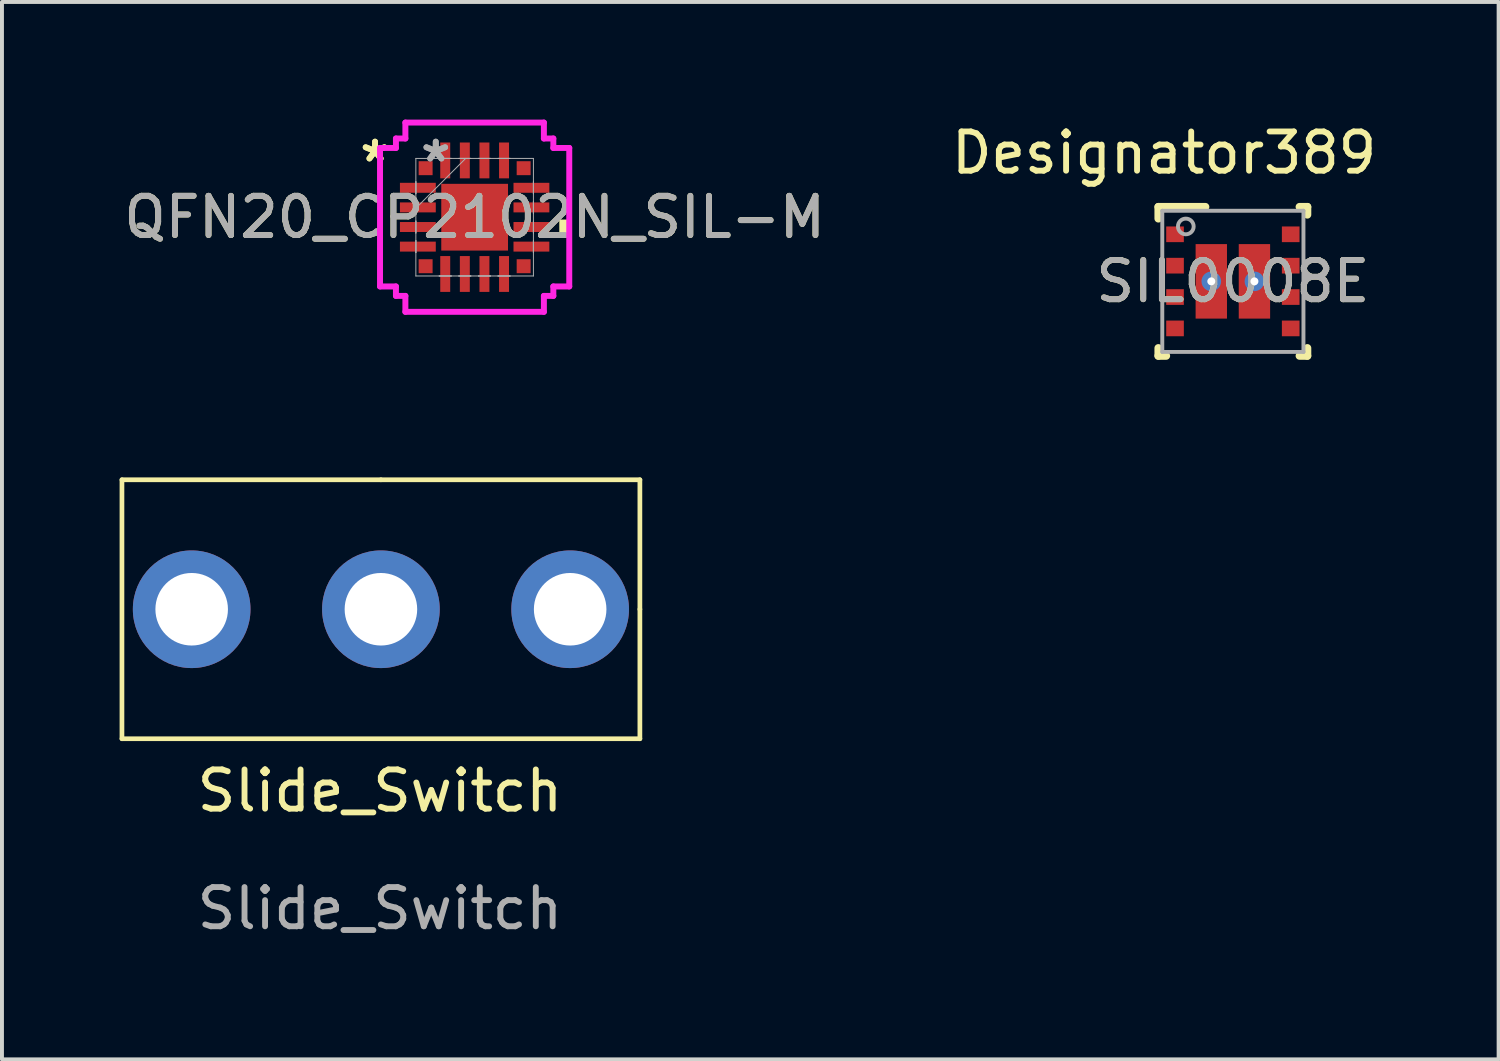
<source format=kicad_pcb>
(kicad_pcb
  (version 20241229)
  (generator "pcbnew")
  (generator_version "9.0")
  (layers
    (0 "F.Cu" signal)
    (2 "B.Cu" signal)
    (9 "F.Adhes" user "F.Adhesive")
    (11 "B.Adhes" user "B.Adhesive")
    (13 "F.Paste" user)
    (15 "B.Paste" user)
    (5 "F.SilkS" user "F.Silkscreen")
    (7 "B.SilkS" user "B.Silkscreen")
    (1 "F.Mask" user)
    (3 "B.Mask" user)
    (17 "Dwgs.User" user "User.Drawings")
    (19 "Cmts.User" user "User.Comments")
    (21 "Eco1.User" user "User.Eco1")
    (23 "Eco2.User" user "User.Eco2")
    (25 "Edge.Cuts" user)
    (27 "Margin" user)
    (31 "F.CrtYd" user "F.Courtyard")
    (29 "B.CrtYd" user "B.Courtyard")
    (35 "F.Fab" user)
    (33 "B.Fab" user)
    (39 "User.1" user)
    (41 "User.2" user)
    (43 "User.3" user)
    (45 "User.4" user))
  (footprint "QFN20_CP2102N_SIL-M"
    (layer "F.Cu")
    (at 9.054 2.489)
    (property "Reference" "QFN20_CP2102N_SIL-M" (at 0 0 0) (unlocked yes) (layer "F.SilkS") (effects (font (size 1 1) (thickness 0.15))))
    (attr smd)
    (fp_poly (pts (xy 2.413 0.06) (xy 2.413 0.441) (xy 2.159 0.441) (xy 2.159 0.06)) (stroke (width 0) (type solid)) (fill yes) (layer "F.SilkS"))
    (fp_line (start -2.413 -1.766) (end -2.007 -1.766) (stroke (width 0.152) (type solid)) (layer "F.CrtYd"))
    (fp_line (start -2.413 1.766) (end -2.413 -1.766) (stroke (width 0.152) (type solid)) (layer "F.CrtYd"))
    (fp_line (start -2.413 1.766) (end -2.007 1.766) (stroke (width 0.152) (type solid)) (layer "F.CrtYd"))
    (fp_line (start -2.007 -2.007) (end -1.766 -2.007) (stroke (width 0.152) (type solid)) (layer "F.CrtYd"))
    (fp_line (start -2.007 -1.766) (end -2.007 -2.007) (stroke (width 0.152) (type solid)) (layer "F.CrtYd"))
    (fp_line (start -2.007 2.007) (end -2.007 1.766) (stroke (width 0.152) (type solid)) (layer "F.CrtYd"))
    (fp_line (start -1.766 -2.413) (end 1.766 -2.413) (stroke (width 0.152) (type solid)) (layer "F.CrtYd"))
    (fp_line (start -1.766 -2.007) (end -1.766 -2.413) (stroke (width 0.152) (type solid)) (layer "F.CrtYd"))
    (fp_line (start -1.766 2.007) (end -2.007 2.007) (stroke (width 0.152) (type solid)) (layer "F.CrtYd"))
    (fp_line (start -1.766 2.413) (end -1.766 2.007) (stroke (width 0.152) (type solid)) (layer "F.CrtYd"))
    (fp_line (start 1.766 -2.413) (end 1.766 -2.007) (stroke (width 0.152) (type solid)) (layer "F.CrtYd"))
    (fp_line (start 1.766 -2.007) (end 2.007 -2.007) (stroke (width 0.152) (type solid)) (layer "F.CrtYd"))
    (fp_line (start 1.766 2.007) (end 1.766 2.413) (stroke (width 0.152) (type solid)) (layer "F.CrtYd"))
    (fp_line (start 1.766 2.413) (end -1.766 2.413) (stroke (width 0.152) (type solid)) (layer "F.CrtYd"))
    (fp_line (start 2.007 -2.007) (end 2.007 -1.766) (stroke (width 0.152) (type solid)) (layer "F.CrtYd"))
    (fp_line (start 2.007 -1.766) (end 2.413 -1.766) (stroke (width 0.152) (type solid)) (layer "F.CrtYd"))
    (fp_line (start 2.007 1.766) (end 2.007 2.007) (stroke (width 0.152) (type solid)) (layer "F.CrtYd"))
    (fp_line (start 2.007 2.007) (end 1.766 2.007) (stroke (width 0.152) (type solid)) (layer "F.CrtYd"))
    (fp_line (start 2.413 -1.766) (end 2.413 1.766) (stroke (width 0.152) (type solid)) (layer "F.CrtYd"))
    (fp_line (start 2.413 1.766) (end 2.007 1.766) (stroke (width 0.152) (type solid)) (layer "F.CrtYd"))
    (fp_line (start -1.499 -1.499) (end -1.499 1.499) (stroke (width 0.025) (type solid)) (layer "F.Fab"))
    (fp_line (start -1.499 -0.903) (end -1.499 -0.903) (stroke (width 0.025) (type solid)) (layer "F.Fab"))
    (fp_line (start -1.499 -0.903) (end -1.499 -0.598) (stroke (width 0.025) (type solid)) (layer "F.Fab"))
    (fp_line (start -1.499 -0.598) (end -1.499 -0.903) (stroke (width 0.025) (type solid)) (layer "F.Fab"))
    (fp_line (start -1.499 -0.598) (end -1.499 -0.598) (stroke (width 0.025) (type solid)) (layer "F.Fab"))
    (fp_line (start -1.499 -0.402) (end -1.499 -0.402) (stroke (width 0.025) (type solid)) (layer "F.Fab"))
    (fp_line (start -1.499 -0.402) (end -1.499 -0.098) (stroke (width 0.025) (type solid)) (layer "F.Fab"))
    (fp_line (start -1.499 -0.229) (end -0.229 -1.499) (stroke (width 0.025) (type solid)) (layer "F.Fab"))
    (fp_line (start -1.499 -0.098) (end -1.499 -0.402) (stroke (width 0.025) (type solid)) (layer "F.Fab"))
    (fp_line (start -1.499 -0.098) (end -1.499 -0.098) (stroke (width 0.025) (type solid)) (layer "F.Fab"))
    (fp_line (start -1.499 0.098) (end -1.499 0.098) (stroke (width 0.025) (type solid)) (layer "F.Fab"))
    (fp_line (start -1.499 0.098) (end -1.499 0.402) (stroke (width 0.025) (type solid)) (layer "F.Fab"))
    (fp_line (start -1.499 0.402) (end -1.499 0.098) (stroke (width 0.025) (type solid)) (layer "F.Fab"))
    (fp_line (start -1.499 0.402) (end -1.499 0.402) (stroke (width 0.025) (type solid)) (layer "F.Fab"))
    (fp_line (start -1.499 0.598) (end -1.499 0.598) (stroke (width 0.025) (type solid)) (layer "F.Fab"))
    (fp_line (start -1.499 0.598) (end -1.499 0.903) (stroke (width 0.025) (type solid)) (layer "F.Fab"))
    (fp_line (start -1.499 0.903) (end -1.499 0.598) (stroke (width 0.025) (type solid)) (layer "F.Fab"))
    (fp_line (start -1.499 0.903) (end -1.499 0.903) (stroke (width 0.025) (type solid)) (layer "F.Fab"))
    (fp_line (start -1.499 1.499) (end 1.499 1.499) (stroke (width 0.025) (type solid)) (layer "F.Fab"))
    (fp_line (start -0.903 -1.499) (end -0.903 -1.499) (stroke (width 0.025) (type solid)) (layer "F.Fab"))
    (fp_line (start -0.903 -1.499) (end -0.598 -1.499) (stroke (width 0.025) (type solid)) (layer "F.Fab"))
    (fp_line (start -0.903 1.499) (end -0.903 1.499) (stroke (width 0.025) (type solid)) (layer "F.Fab"))
    (fp_line (start -0.903 1.499) (end -0.598 1.499) (stroke (width 0.025) (type solid)) (layer "F.Fab"))
    (fp_line (start -0.598 -1.499) (end -0.903 -1.499) (stroke (width 0.025) (type solid)) (layer "F.Fab"))
    (fp_line (start -0.598 -1.499) (end -0.598 -1.499) (stroke (width 0.025) (type solid)) (layer "F.Fab"))
    (fp_line (start -0.598 1.499) (end -0.903 1.499) (stroke (width 0.025) (type solid)) (layer "F.Fab"))
    (fp_line (start -0.598 1.499) (end -0.598 1.499) (stroke (width 0.025) (type solid)) (layer "F.Fab"))
    (fp_line (start -0.402 -1.499) (end -0.402 -1.499) (stroke (width 0.025) (type solid)) (layer "F.Fab"))
    (fp_line (start -0.402 -1.499) (end -0.098 -1.499) (stroke (width 0.025) (type solid)) (layer "F.Fab"))
    (fp_line (start -0.402 1.499) (end -0.402 1.499) (stroke (width 0.025) (type solid)) (layer "F.Fab"))
    (fp_line (start -0.402 1.499) (end -0.098 1.499) (stroke (width 0.025) (type solid)) (layer "F.Fab"))
    (fp_line (start -0.098 -1.499) (end -0.402 -1.499) (stroke (width 0.025) (type solid)) (layer "F.Fab"))
    (fp_line (start -0.098 -1.499) (end -0.098 -1.499) (stroke (width 0.025) (type solid)) (layer "F.Fab"))
    (fp_line (start -0.098 1.499) (end -0.402 1.499) (stroke (width 0.025) (type solid)) (layer "F.Fab"))
    (fp_line (start -0.098 1.499) (end -0.098 1.499) (stroke (width 0.025) (type solid)) (layer "F.Fab"))
    (fp_line (start 0.098 -1.499) (end 0.098 -1.499) (stroke (width 0.025) (type solid)) (layer "F.Fab"))
    (fp_line (start 0.098 -1.499) (end 0.402 -1.499) (stroke (width 0.025) (type solid)) (layer "F.Fab"))
    (fp_line (start 0.098 1.499) (end 0.098 1.499) (stroke (width 0.025) (type solid)) (layer "F.Fab"))
    (fp_line (start 0.098 1.499) (end 0.402 1.499) (stroke (width 0.025) (type solid)) (layer "F.Fab"))
    (fp_line (start 0.402 -1.499) (end 0.098 -1.499) (stroke (width 0.025) (type solid)) (layer "F.Fab"))
    (fp_line (start 0.402 -1.499) (end 0.402 -1.499) (stroke (width 0.025) (type solid)) (layer "F.Fab"))
    (fp_line (start 0.402 1.499) (end 0.098 1.499) (stroke (width 0.025) (type solid)) (layer "F.Fab"))
    (fp_line (start 0.402 1.499) (end 0.402 1.499) (stroke (width 0.025) (type solid)) (layer "F.Fab"))
    (fp_line (start 0.598 -1.499) (end 0.598 -1.499) (stroke (width 0.025) (type solid)) (layer "F.Fab"))
    (fp_line (start 0.598 -1.499) (end 0.903 -1.499) (stroke (width 0.025) (type solid)) (layer "F.Fab"))
    (fp_line (start 0.598 1.499) (end 0.598 1.499) (stroke (width 0.025) (type solid)) (layer "F.Fab"))
    (fp_line (start 0.598 1.499) (end 0.903 1.499) (stroke (width 0.025) (type solid)) (layer "F.Fab"))
    (fp_line (start 0.903 -1.499) (end 0.598 -1.499) (stroke (width 0.025) (type solid)) (layer "F.Fab"))
    (fp_line (start 0.903 -1.499) (end 0.903 -1.499) (stroke (width 0.025) (type solid)) (layer "F.Fab"))
    (fp_line (start 0.903 1.499) (end 0.598 1.499) (stroke (width 0.025) (type solid)) (layer "F.Fab"))
    (fp_line (start 0.903 1.499) (end 0.903 1.499) (stroke (width 0.025) (type solid)) (layer "F.Fab"))
    (fp_line (start 1.499 -1.499) (end -1.499 -1.499) (stroke (width 0.025) (type solid)) (layer "F.Fab"))
    (fp_line (start 1.499 -0.903) (end 1.499 -0.903) (stroke (width 0.025) (type solid)) (layer "F.Fab"))
    (fp_line (start 1.499 -0.903) (end 1.499 -0.598) (stroke (width 0.025) (type solid)) (layer "F.Fab"))
    (fp_line (start 1.499 -0.598) (end 1.499 -0.903) (stroke (width 0.025) (type solid)) (layer "F.Fab"))
    (fp_line (start 1.499 -0.598) (end 1.499 -0.598) (stroke (width 0.025) (type solid)) (layer "F.Fab"))
    (fp_line (start 1.499 -0.402) (end 1.499 -0.402) (stroke (width 0.025) (type solid)) (layer "F.Fab"))
    (fp_line (start 1.499 -0.402) (end 1.499 -0.098) (stroke (width 0.025) (type solid)) (layer "F.Fab"))
    (fp_line (start 1.499 -0.098) (end 1.499 -0.402) (stroke (width 0.025) (type solid)) (layer "F.Fab"))
    (fp_line (start 1.499 -0.098) (end 1.499 -0.098) (stroke (width 0.025) (type solid)) (layer "F.Fab"))
    (fp_line (start 1.499 0.098) (end 1.499 0.098) (stroke (width 0.025) (type solid)) (layer "F.Fab"))
    (fp_line (start 1.499 0.098) (end 1.499 0.402) (stroke (width 0.025) (type solid)) (layer "F.Fab"))
    (fp_line (start 1.499 0.402) (end 1.499 0.098) (stroke (width 0.025) (type solid)) (layer "F.Fab"))
    (fp_line (start 1.499 0.402) (end 1.499 0.402) (stroke (width 0.025) (type solid)) (layer "F.Fab"))
    (fp_line (start 1.499 0.598) (end 1.499 0.598) (stroke (width 0.025) (type solid)) (layer "F.Fab"))
    (fp_line (start 1.499 0.598) (end 1.499 0.903) (stroke (width 0.025) (type solid)) (layer "F.Fab"))
    (fp_line (start 1.499 0.903) (end 1.499 0.598) (stroke (width 0.025) (type solid)) (layer "F.Fab"))
    (fp_line (start 1.499 0.903) (end 1.499 0.903) (stroke (width 0.025) (type solid)) (layer "F.Fab"))
    (fp_line (start 1.499 1.499) (end 1.499 -1.499) (stroke (width 0.025) (type solid)) (layer "F.Fab"))
    (fp_text user "*" (at -2.54 -1.381 0) (unlocked yes) (layer "F.SilkS") (effects (font (size 1 1) (thickness 0.15))))
    (fp_text user "*" (at -2.54 -1.381 0) (layer "F.SilkS") (effects (font (size 1 1) (thickness 0.15))))
    (fp_text user "*" (at -0.991 -1.381 0) (layer "F.Fab") (effects (font (size 1 1) (thickness 0.15))))
    (fp_text user "*" (at -0.991 -1.381 0) (unlocked yes) (layer "F.Fab") (effects (font (size 1 1) (thickness 0.15))))
    (fp_text user "${REFERENCE}" (at 0 0 0) (unlocked yes) (layer "F.Fab") (effects (font (size 1 1) (thickness 0.15))))
    (pad "1" smd rect (at -1.25 -1.25) (size 0.356 0.356) (layers "F.Cu" "F.Mask" "F.Paste"))
    (pad "2" smd rect (at -1.448 -0.75 90) (size 0.254 0.914) (layers "F.Cu" "F.Mask" "F.Paste"))
    (pad "3" smd rect (at -1.448 -0.25 90) (size 0.254 0.914) (layers "F.Cu" "F.Mask" "F.Paste"))
    (pad "4" smd rect (at -1.448 0.25 90) (size 0.254 0.914) (layers "F.Cu" "F.Mask" "F.Paste"))
    (pad "5" smd rect (at -1.448 0.75 90) (size 0.254 0.914) (layers "F.Cu" "F.Mask" "F.Paste"))
    (pad "6" smd rect (at -1.25 1.25) (size 0.356 0.356) (layers "F.Cu" "F.Mask" "F.Paste"))
    (pad "7" smd rect (at -0.75 1.448) (size 0.254 0.914) (layers "F.Cu" "F.Mask" "F.Paste"))
    (pad "8" smd rect (at -0.25 1.448) (size 0.254 0.914) (layers "F.Cu" "F.Mask" "F.Paste"))
    (pad "9" smd rect (at 0.25 1.448) (size 0.254 0.914) (layers "F.Cu" "F.Mask" "F.Paste"))
    (pad "10" smd rect (at 0.75 1.448) (size 0.254 0.914) (layers "F.Cu" "F.Mask" "F.Paste"))
    (pad "11" smd rect (at 1.25 1.25) (size 0.356 0.356) (layers "F.Cu" "F.Mask" "F.Paste"))
    (pad "12" smd rect (at 1.448 0.75 90) (size 0.254 0.914) (layers "F.Cu" "F.Mask" "F.Paste"))
    (pad "13" smd rect (at 1.448 0.25 90) (size 0.254 0.914) (layers "F.Cu" "F.Mask" "F.Paste"))
    (pad "14" smd rect (at 1.448 -0.25 90) (size 0.254 0.914) (layers "F.Cu" "F.Mask" "F.Paste"))
    (pad "15" smd rect (at 1.448 -0.75 90) (size 0.254 0.914) (layers "F.Cu" "F.Mask" "F.Paste"))
    (pad "16" smd rect (at 1.25 -1.25) (size 0.356 0.356) (layers "F.Cu" "F.Mask" "F.Paste"))
    (pad "17" smd rect (at 0.75 -1.448) (size 0.254 0.914) (layers "F.Cu" "F.Mask" "F.Paste"))
    (pad "18" smd rect (at 0.25 -1.448) (size 0.254 0.914) (layers "F.Cu" "F.Mask" "F.Paste"))
    (pad "19" smd rect (at -0.25 -1.448) (size 0.254 0.914) (layers "F.Cu" "F.Mask" "F.Paste"))
    (pad "20" smd rect (at -0.75 -1.448) (size 0.254 0.914) (layers "F.Cu" "F.Mask" "F.Paste"))
    (pad "21" smd rect (at 0 0) (size 1.702 1.702) (layers "F.Cu" "F.Mask" "F.Paste")))
  (footprint "Slide_Switch"
    (layer "F.Cu")
    (at 6.638 17.617)
    (property "Reference" "Slide_Switch" (at 0 -0.5 0) (unlocked yes) (layer "F.SilkS") (effects (font (size 1 1) (thickness 0.15))))
    (attr through_hole)
    (fp_line (start -6.578 -8.432) (end -6.578 -1.828) (stroke (width 0.12) (type solid)) (layer "F.SilkS"))
    (fp_line (start -6.578 -1.828) (end 6.63 -1.828) (stroke (width 0.12) (type solid)) (layer "F.SilkS"))
    (fp_line (start 0.026 -8.432) (end -6.578 -8.432) (stroke (width 0.12) (type solid)) (layer "F.SilkS"))
    (fp_line (start 6.63 -8.432) (end 0.026 -8.432) (stroke (width 0.12) (type solid)) (layer "F.SilkS"))
    (fp_line (start 6.63 -5.13) (end 6.63 -8.432) (stroke (width 0.12) (type solid)) (layer "F.SilkS"))
    (fp_line (start 6.63 -1.828) (end 6.63 -5.13) (stroke (width 0.12) (type solid)) (layer "F.SilkS"))
    (fp_text user "${REFERENCE}" (at 0 2.5 0) (unlocked yes) (layer "F.Fab") (effects (font (size 1 1) (thickness 0.15))))
    (pad "1" thru_hole circle (at 4.852 -5.13) (size 3 3) (drill 1.85) (layers "*.Cu" "*.Mask"))
    (pad "2" thru_hole circle (at 0.026 -5.13) (size 3 3) (drill 1.85) (layers "*.Cu" "*.Mask"))
    (pad "3" thru_hole circle (at -4.8 -5.13) (size 3 3) (drill 1.85) (layers "*.Cu" "*.Mask")))
  (footprint "SIL0008E"
    (layer "F.Cu")
    (at 28.39 4.125)
    (property "Reference" "SIL0008E" (at 0 0 0) (unlocked yes) (layer "F.SilkS") (effects (font (size 1 1) (thickness 0.15))))
    (attr smd)
    (fp_line (start -1.9 -1.9) (end -0.7 -1.9) (stroke (width 0.2) (type solid)) (layer "F.SilkS"))
    (fp_line (start -1.9 -1.6) (end -1.9 -1.9) (stroke (width 0.2) (type solid)) (layer "F.SilkS"))
    (fp_line (start -1.9 1.9) (end -1.9 1.7) (stroke (width 0.2) (type solid)) (layer "F.SilkS"))
    (fp_line (start -1.9 1.9) (end -1.7 1.9) (stroke (width 0.2) (type solid)) (layer "F.SilkS"))
    (fp_line (start 1.7 -1.9) (end 1.9 -1.9) (stroke (width 0.2) (type solid)) (layer "F.SilkS"))
    (fp_line (start 1.7 1.9) (end 1.9 1.9) (stroke (width 0.2) (type solid)) (layer "F.SilkS"))
    (fp_line (start 1.9 -1.7) (end 1.9 -1.9) (stroke (width 0.2) (type solid)) (layer "F.SilkS"))
    (fp_line (start 1.9 1.9) (end 1.9 1.7) (stroke (width 0.2) (type solid)) (layer "F.SilkS"))
    (fp_poly (pts (xy -0.93 0.95) (xy -0.17 0.95) (xy -0.17 0.1) (xy -0.93 0.1)) (stroke (width 0) (type solid)) (fill yes) (layer "F.Paste"))
    (fp_poly (pts (xy -0.925 -0.1) (xy -0.165 -0.1) (xy -0.165 -0.95) (xy -0.925 -0.95)) (stroke (width 0) (type solid)) (fill yes) (layer "F.Paste"))
    (fp_poly (pts (xy 0.17 -0.1) (xy 0.93 -0.1) (xy 0.93 -0.95) (xy 0.17 -0.95)) (stroke (width 0) (type solid)) (fill yes) (layer "F.Paste"))
    (fp_poly (pts (xy 0.17 0.95) (xy 0.93 0.95) (xy 0.93 0.1) (xy 0.17 0.1)) (stroke (width 0) (type solid)) (fill yes) (layer "F.Paste"))
    (fp_line (start -1.8 -1.8) (end 1.8 -1.8) (stroke (width 0.1) (type solid)) (layer "F.Fab"))
    (fp_line (start -1.8 1.8) (end -1.8 -1.8) (stroke (width 0.1) (type solid)) (layer "F.Fab"))
    (fp_line (start -1.8 1.8) (end 1.8 1.8) (stroke (width 0.1) (type solid)) (layer "F.Fab"))
    (fp_line (start 1.8 1.8) (end 1.8 -1.8) (stroke (width 0.1) (type solid)) (layer "F.Fab"))
    (fp_circle (center -1.2 -1.4) (end -1 -1.4) (stroke (width 0.1) (type solid)) (fill no) (layer "F.Fab"))
    (fp_text user "Designator389" (at -1.753 -3.277 0) (unlocked yes) (layer "F.SilkS") (effects (font (size 1 1) (thickness 0.15))))
    (fp_text user "${REFERENCE}" (at 0 0 0) (unlocked yes) (layer "F.Fab") (effects (font (size 1 1) (thickness 0.15))))
    (pad "1" smd rect (at -1.475 -1.2 90) (size 0.4 0.45) (layers "F.Cu" "F.Mask" "F.Paste"))
    (pad "2" smd rect (at -1.475 -0.4 90) (size 0.4 0.45) (layers "F.Cu" "F.Mask" "F.Paste"))
    (pad "3" smd rect (at -1.475 0.4 90) (size 0.4 0.45) (layers "F.Cu" "F.Mask" "F.Paste"))
    (pad "4" smd rect (at -1.475 1.2 90) (size 0.4 0.45) (layers "F.Cu" "F.Mask" "F.Paste"))
    (pad "5" smd rect (at 1.475 1.2 90) (size 0.4 0.45) (layers "F.Cu" "F.Mask" "F.Paste"))
    (pad "6" smd rect (at 1.475 0.4 90) (size 0.4 0.45) (layers "F.Cu" "F.Mask" "F.Paste"))
    (pad "7" smd rect (at 1.475 -0.4 90) (size 0.4 0.45) (layers "F.Cu" "F.Mask" "F.Paste"))
    (pad "8" smd rect (at 1.475 -1.2 90) (size 0.4 0.45) (layers "F.Cu" "F.Mask" "F.Paste"))
    (pad "9" smd rect (at -0.55 0) (size 0.8 1.9) (layers "F.Cu" "F.Mask"))
    (pad "10" smd rect (at 0.55 0) (size 0.8 1.9) (layers "F.Cu" "F.Mask"))
    (pad "V" thru_hole circle (at -0.55 0) (size 0.5 0.5) (drill 0.203) (layers "*.Cu" "*.Mask"))
    (pad "V" thru_hole circle (at 0.55 0) (size 0.5 0.5) (drill 0.203) (layers "*.Cu" "*.Mask")))
  (gr_rect
    (start -3 -3)
    (end 35.167 23.965)
    (stroke (width 0.1) (type default))
    (fill no)
    (layer "Edge.Cuts")))
</source>
